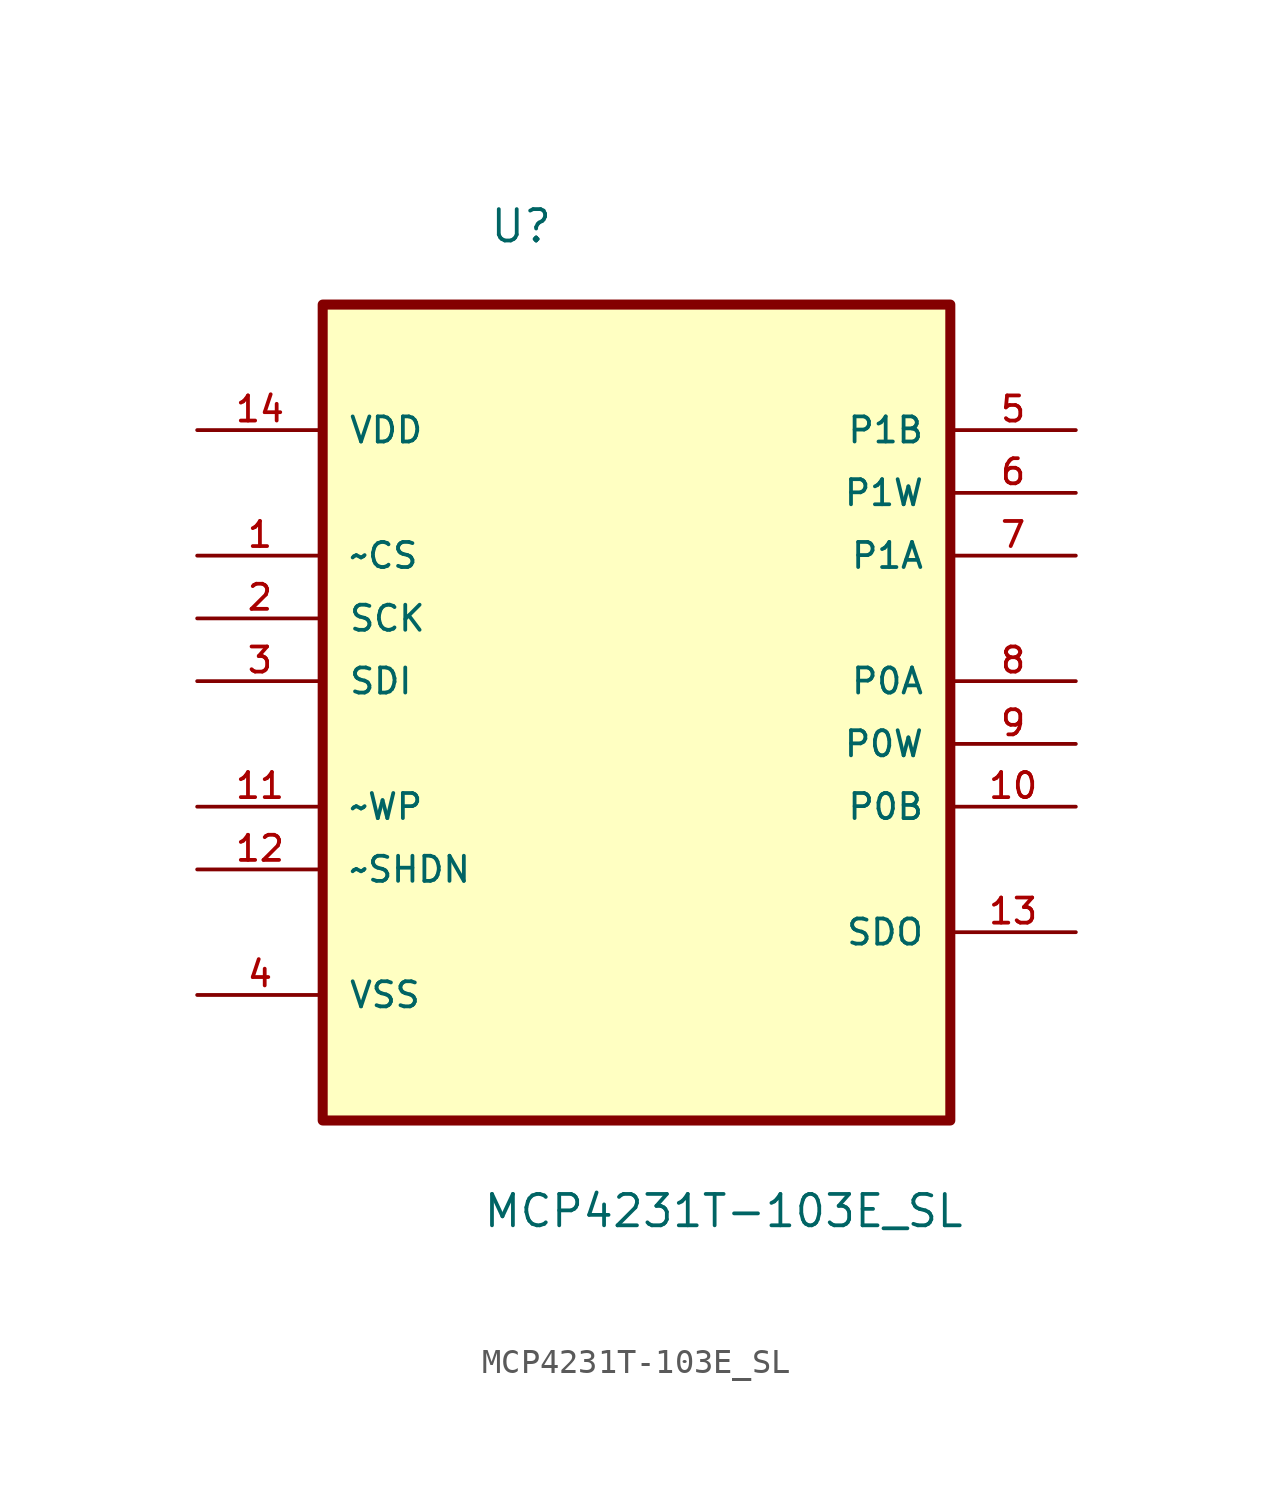
<source format=kicad_sym>
(kicad_symbol_lib
  (version 20211014)
  (generator kicad_symbol_editor)
  (symbol "MCP4231T-103E_SL"
    (pin_names
      (offset 1.016))
    (property "Reference" "U"
      (at -5.976 15.13 0.0)
      (effects (font (size 1.27 1.27)) (justify bottom left)))
    (property "Value" "MCP4231T-103E_SL"
      (at -6.251 -24.726 0.0)
      (effects (font (size 1.27 1.27)) (justify bottom left)))
    (symbol "MCP4231T-103E_SL_0_0"
      (rectangle (start -12.7 -20.32) (end 12.7 12.7) (stroke (width 0.406)) (fill (type background)))
      (pin power_in line (at -17.78 7.62 0) (length 5.08) (name "VDD" (effects (font (size 1.016 1.016)))) (number "14" (effects (font (size 1.016 1.016)))))
      (pin input line (at -17.78 2.54 0) (length 5.08) (name "~CS" (effects (font (size 1.016 1.016)))) (number "1" (effects (font (size 1.016 1.016)))))
      (pin input line (at -17.78 0.0 0) (length 5.08) (name "SCK" (effects (font (size 1.016 1.016)))) (number "2" (effects (font (size 1.016 1.016)))))
      (pin input line (at -17.78 -2.54 0) (length 5.08) (name "SDI" (effects (font (size 1.016 1.016)))) (number "3" (effects (font (size 1.016 1.016)))))
      (pin input line (at -17.78 -7.62 0) (length 5.08) (name "~WP" (effects (font (size 1.016 1.016)))) (number "11" (effects (font (size 1.016 1.016)))))
      (pin input line (at -17.78 -10.16 0) (length 5.08) (name "~SHDN" (effects (font (size 1.016 1.016)))) (number "12" (effects (font (size 1.016 1.016)))))
      (pin power_in line (at -17.78 -15.24 0) (length 5.08) (name "VSS" (effects (font (size 1.016 1.016)))) (number "4" (effects (font (size 1.016 1.016)))))
      (pin passive line (at 17.78 7.62 180.0) (length 5.08) (name "P1B" (effects (font (size 1.016 1.016)))) (number "5" (effects (font (size 1.016 1.016)))))
      (pin passive line (at 17.78 5.08 180.0) (length 5.08) (name "P1W" (effects (font (size 1.016 1.016)))) (number "6" (effects (font (size 1.016 1.016)))))
      (pin passive line (at 17.78 2.54 180.0) (length 5.08) (name "P1A" (effects (font (size 1.016 1.016)))) (number "7" (effects (font (size 1.016 1.016)))))
      (pin passive line (at 17.78 -2.54 180.0) (length 5.08) (name "P0A" (effects (font (size 1.016 1.016)))) (number "8" (effects (font (size 1.016 1.016)))))
      (pin passive line (at 17.78 -5.08 180.0) (length 5.08) (name "P0W" (effects (font (size 1.016 1.016)))) (number "9" (effects (font (size 1.016 1.016)))))
      (pin passive line (at 17.78 -7.62 180.0) (length 5.08) (name "P0B" (effects (font (size 1.016 1.016)))) (number "10" (effects (font (size 1.016 1.016)))))
      (pin output line (at 17.78 -12.7 180.0) (length 5.08) (name "SDO" (effects (font (size 1.016 1.016)))) (number "13" (effects (font (size 1.016 1.016))))))))
</source>
